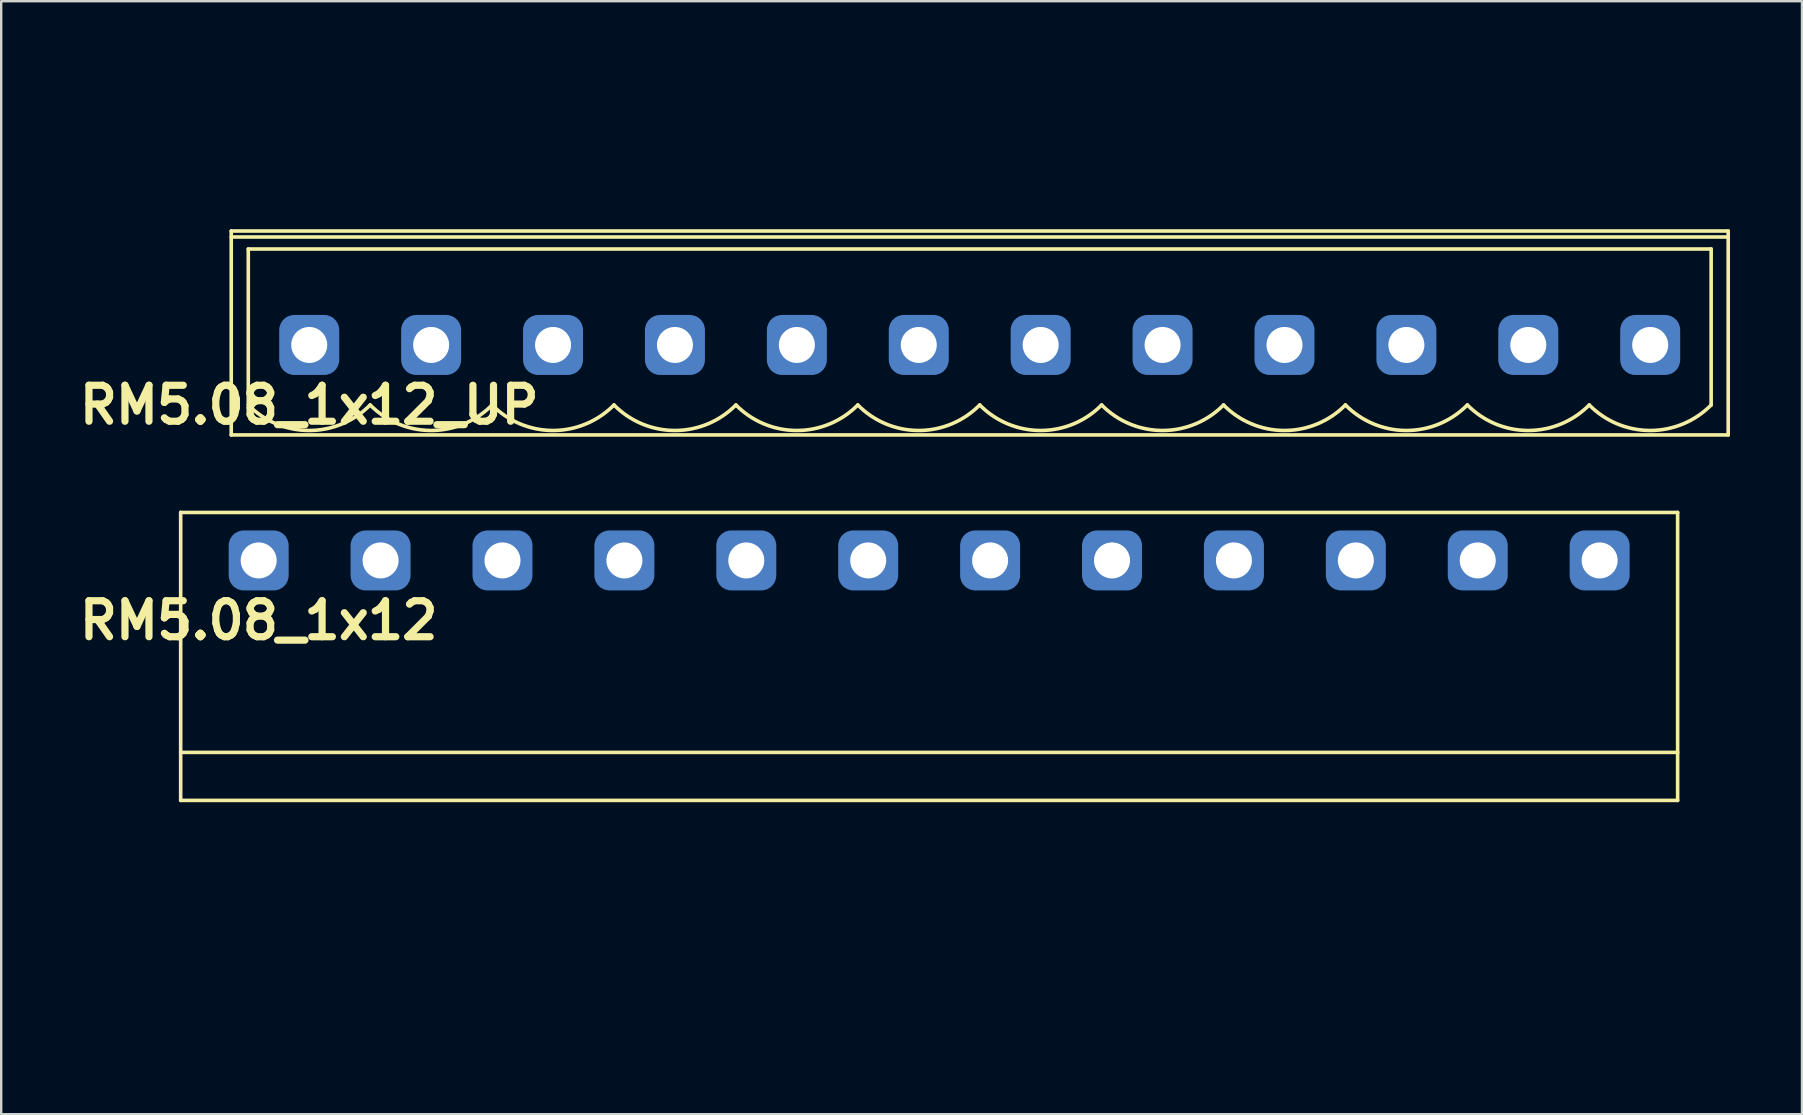
<source format=kicad_pcb>
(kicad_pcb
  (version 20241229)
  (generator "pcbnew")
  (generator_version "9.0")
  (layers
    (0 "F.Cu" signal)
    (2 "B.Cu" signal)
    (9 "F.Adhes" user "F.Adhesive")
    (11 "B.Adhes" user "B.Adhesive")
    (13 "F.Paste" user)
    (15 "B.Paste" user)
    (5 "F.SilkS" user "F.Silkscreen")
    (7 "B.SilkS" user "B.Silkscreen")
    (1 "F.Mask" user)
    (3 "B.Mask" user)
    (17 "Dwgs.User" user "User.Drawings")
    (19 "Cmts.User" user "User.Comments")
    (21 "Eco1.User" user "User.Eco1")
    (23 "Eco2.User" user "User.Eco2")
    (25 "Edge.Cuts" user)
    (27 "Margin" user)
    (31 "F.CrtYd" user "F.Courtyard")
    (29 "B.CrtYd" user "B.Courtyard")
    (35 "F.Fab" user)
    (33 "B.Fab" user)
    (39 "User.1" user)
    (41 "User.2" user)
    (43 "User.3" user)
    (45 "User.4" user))
  (footprint "RM5.08_1x12"
    (layer "F.Cu")
    (at 7.729 20.304)
    (property "Reference" "RM5.08_1x12" (at 0 2.5 0) (layer "F.SilkS") (effects (font (size 1.5 1.5) (thickness 0.3))))
    (attr through_hole)
    (fp_line (start -3.25 -2) (end 59.13 -2) (stroke (width 0.15) (type solid)) (layer "F.SilkS"))
    (fp_line (start -3.25 8) (end 59.13 8) (stroke (width 0.15) (type solid)) (layer "F.SilkS"))
    (fp_line (start -3.25 10) (end -3.25 -2) (stroke (width 0.15) (type solid)) (layer "F.SilkS"))
    (fp_line (start -3.25 10) (end 59.13 10) (stroke (width 0.15) (type solid)) (layer "F.SilkS"))
    (fp_line (start 59.13 10) (end 59.13 -2) (stroke (width 0.15) (type solid)) (layer "F.SilkS"))
    (fp_line (start -2.54 20) (end -2.54 10) (stroke (width 0.15) (type solid)) (layer "Margin"))
    (fp_line (start -2.54 20) (end 58.42 20) (stroke (width 0.15) (type solid)) (layer "Margin"))
    (fp_line (start -1.5 14) (end 1.5 14) (stroke (width 0.15) (type solid)) (layer "Margin"))
    (fp_line (start 3.58 14) (end 6.58 14) (stroke (width 0.15) (type solid)) (layer "Margin"))
    (fp_line (start 8.66 14) (end 11.66 14) (stroke (width 0.15) (type solid)) (layer "Margin"))
    (fp_line (start 13.74 14) (end 16.74 14) (stroke (width 0.15) (type solid)) (layer "Margin"))
    (fp_line (start 18.82 14) (end 21.82 14) (stroke (width 0.15) (type solid)) (layer "Margin"))
    (fp_line (start 23.9 14) (end 26.9 14) (stroke (width 0.15) (type solid)) (layer "Margin"))
    (fp_line (start 28.98 14) (end 31.98 14) (stroke (width 0.15) (type solid)) (layer "Margin"))
    (fp_line (start 34.06 14) (end 37.06 14) (stroke (width 0.15) (type solid)) (layer "Margin"))
    (fp_line (start 39.14 14) (end 42.14 14) (stroke (width 0.15) (type solid)) (layer "Margin"))
    (fp_line (start 44.22 14) (end 47.22 14) (stroke (width 0.15) (type solid)) (layer "Margin"))
    (fp_line (start 49.3 14) (end 52.3 14) (stroke (width 0.15) (type solid)) (layer "Margin"))
    (fp_line (start 54.38 14) (end 57.38 14) (stroke (width 0.15) (type solid)) (layer "Margin"))
    (fp_line (start 58.42 20) (end 58.42 10) (stroke (width 0.15) (type solid)) (layer "Margin"))
    (fp_circle (center 0 14) (end 0 12.5) (stroke (width 0.15) (type solid)) (fill no) (layer "Margin"))
    (fp_circle (center 5.08 14) (end 5.08 12.5) (stroke (width 0.15) (type solid)) (fill no) (layer "Margin"))
    (fp_circle (center 10.16 14) (end 10.16 12.5) (stroke (width 0.15) (type solid)) (fill no) (layer "Margin"))
    (fp_circle (center 15.24 14) (end 15.24 12.5) (stroke (width 0.15) (type solid)) (fill no) (layer "Margin"))
    (fp_circle (center 20.32 14) (end 20.32 12.5) (stroke (width 0.15) (type solid)) (fill no) (layer "Margin"))
    (fp_circle (center 25.4 14) (end 25.4 12.5) (stroke (width 0.15) (type solid)) (fill no) (layer "Margin"))
    (fp_circle (center 30.48 14) (end 30.48 12.5) (stroke (width 0.15) (type solid)) (fill no) (layer "Margin"))
    (fp_circle (center 35.56 14) (end 35.56 12.5) (stroke (width 0.15) (type solid)) (fill no) (layer "Margin"))
    (fp_circle (center 40.64 14) (end 40.64 12.5) (stroke (width 0.15) (type solid)) (fill no) (layer "Margin"))
    (fp_circle (center 45.72 14) (end 45.72 12.5) (stroke (width 0.15) (type solid)) (fill no) (layer "Margin"))
    (fp_circle (center 50.8 14) (end 50.8 12.5) (stroke (width 0.15) (type solid)) (fill no) (layer "Margin"))
    (fp_circle (center 55.88 14) (end 55.88 12.5) (stroke (width 0.15) (type solid)) (fill no) (layer "Margin"))
    (pad "1" thru_hole circle (at 0 0) (size 1.8 1.8) (drill 1.5) (layers "*.Cu" "*.Mask"))
    (pad "1" smd roundrect (at 0 0) (size 2.5 2.5) (layers "B.Cu" "B.Mask") (roundrect_rratio 0.25))
    (pad "2" thru_hole circle (at 5.08 0) (size 1.8 1.8) (drill 1.5) (layers "*.Cu" "*.Mask"))
    (pad "2" smd roundrect (at 5.08 0) (size 2.5 2.5) (layers "B.Cu" "B.Mask") (roundrect_rratio 0.25))
    (pad "3" thru_hole circle (at 10.16 0) (size 1.8 1.8) (drill 1.5) (layers "*.Cu" "*.Mask"))
    (pad "3" smd roundrect (at 10.16 0) (size 2.5 2.5) (layers "B.Cu" "B.Mask") (roundrect_rratio 0.25))
    (pad "4" thru_hole circle (at 15.24 0) (size 1.8 1.8) (drill 1.5) (layers "*.Cu" "*.Mask"))
    (pad "4" smd roundrect (at 15.24 0) (size 2.5 2.5) (layers "B.Cu" "B.Mask") (roundrect_rratio 0.25))
    (pad "5" thru_hole circle (at 20.32 0) (size 1.8 1.8) (drill 1.5) (layers "*.Cu" "*.Mask"))
    (pad "5" smd roundrect (at 20.32 0) (size 2.5 2.5) (layers "B.Cu" "B.Mask") (roundrect_rratio 0.25))
    (pad "6" thru_hole circle (at 25.4 0) (size 1.8 1.8) (drill 1.5) (layers "*.Cu" "*.Mask"))
    (pad "6" smd roundrect (at 25.4 0) (size 2.5 2.5) (layers "B.Cu" "B.Mask") (roundrect_rratio 0.25))
    (pad "7" thru_hole circle (at 30.48 0) (size 1.8 1.8) (drill 1.5) (layers "*.Cu" "*.Mask"))
    (pad "7" smd roundrect (at 30.48 0) (size 2.5 2.5) (layers "B.Cu" "B.Mask") (roundrect_rratio 0.25))
    (pad "8" thru_hole circle (at 35.56 0) (size 1.8 1.8) (drill 1.5) (layers "*.Cu" "*.Mask"))
    (pad "8" smd roundrect (at 35.56 0) (size 2.5 2.5) (layers "B.Cu" "B.Mask") (roundrect_rratio 0.25))
    (pad "9" thru_hole circle (at 40.64 0) (size 1.8 1.8) (drill 1.5) (layers "*.Cu" "*.Mask"))
    (pad "9" smd roundrect (at 40.64 0) (size 2.5 2.5) (layers "B.Cu" "B.Mask") (roundrect_rratio 0.25))
    (pad "10" thru_hole circle (at 45.72 0) (size 1.8 1.8) (drill 1.5) (layers "*.Cu" "*.Mask"))
    (pad "10" smd roundrect (at 45.72 0) (size 2.5 2.5) (layers "B.Cu" "B.Mask") (roundrect_rratio 0.25))
    (pad "11" thru_hole circle (at 50.8 0) (size 1.8 1.8) (drill 1.5) (layers "*.Cu" "*.Mask"))
    (pad "11" smd roundrect (at 50.8 0) (size 2.5 2.5) (layers "B.Cu" "B.Mask") (roundrect_rratio 0.25))
    (pad "12" thru_hole circle (at 55.88 0) (size 1.8 1.8) (drill 1.5) (layers "*.Cu" "*.Mask"))
    (pad "12" smd roundrect (at 55.88 0) (size 2.5 2.5) (layers "B.Cu" "B.Mask") (roundrect_rratio 0.25)))
  (footprint "RM5.08_1x12_UP"
    (layer "F.Cu")
    (at 9.836 11.325)
    (property "Reference" "RM5.08_1x12_UP" (at 0 2.5 0) (layer "F.SilkS") (effects (font (size 1.5 1.5) (thickness 0.3))))
    (attr through_hole)
    (fp_line (start -3.25 -4.75) (end -3.25 3.75) (stroke (width 0.15) (type solid)) (layer "F.SilkS"))
    (fp_line (start -3.25 -4.75) (end 59.13 -4.75) (stroke (width 0.15) (type solid)) (layer "F.SilkS"))
    (fp_line (start -3.25 -4.5) (end 59.13 -4.5) (stroke (width 0.15) (type solid)) (layer "F.SilkS"))
    (fp_line (start -3.25 3.75) (end 59.13 3.75) (stroke (width 0.15) (type solid)) (layer "F.SilkS"))
    (fp_line (start -2.54 -4) (end -2.54 2.5) (stroke (width 0.15) (type solid)) (layer "F.SilkS"))
    (fp_line (start -2.54 -4) (end 58.42 -4) (stroke (width 0.15) (type solid)) (layer "F.SilkS"))
    (fp_line (start 58.42 -4) (end 58.42 2.5) (stroke (width 0.15) (type solid)) (layer "F.SilkS"))
    (fp_line (start 59.13 -4.75) (end 59.13 3.75) (stroke (width 0.15) (type solid)) (layer "F.SilkS"))
    (fp_arc (start -0.028284 3.563818) (mid -1.389945 3.281715) (end -2.54 2.5) (stroke (width 0.15) (type solid)) (layer "F.SilkS"))
    (fp_arc (start 2.54 2.5) (mid 1.389945 3.281715) (end 0.028284 3.563818) (stroke (width 0.15) (type solid)) (layer "F.SilkS"))
    (fp_arc (start 5.051716 3.563818) (mid 3.690055 3.281715) (end 2.54 2.5) (stroke (width 0.15) (type solid)) (layer "F.SilkS"))
    (fp_arc (start 7.62 2.5) (mid 6.469945 3.281715) (end 5.108284 3.563818) (stroke (width 0.15) (type solid)) (layer "F.SilkS"))
    (fp_arc (start 10.131716 3.563818) (mid 8.770055 3.281715) (end 7.62 2.5) (stroke (width 0.15) (type solid)) (layer "F.SilkS"))
    (fp_arc (start 12.7 2.5) (mid 11.549945 3.281715) (end 10.188284 3.563818) (stroke (width 0.15) (type solid)) (layer "F.SilkS"))
    (fp_arc (start 15.211716 3.563818) (mid 13.850055 3.281715) (end 12.7 2.5) (stroke (width 0.15) (type solid)) (layer "F.SilkS"))
    (fp_arc (start 17.78 2.5) (mid 16.629945 3.281715) (end 15.268284 3.563818) (stroke (width 0.15) (type solid)) (layer "F.SilkS"))
    (fp_arc (start 20.291716 3.563818) (mid 18.930055 3.281715) (end 17.78 2.5) (stroke (width 0.15) (type solid)) (layer "F.SilkS"))
    (fp_arc (start 22.86 2.5) (mid 21.709945 3.281715) (end 20.348284 3.563818) (stroke (width 0.15) (type solid)) (layer "F.SilkS"))
    (fp_arc (start 25.371716 3.563818) (mid 24.010055 3.281715) (end 22.86 2.5) (stroke (width 0.15) (type solid)) (layer "F.SilkS"))
    (fp_arc (start 27.94 2.5) (mid 26.789945 3.281715) (end 25.428284 3.563818) (stroke (width 0.15) (type solid)) (layer "F.SilkS"))
    (fp_arc (start 30.451716 3.563818) (mid 29.090055 3.281715) (end 27.94 2.5) (stroke (width 0.15) (type solid)) (layer "F.SilkS"))
    (fp_arc (start 33.02 2.5) (mid 31.869945 3.281715) (end 30.508284 3.563818) (stroke (width 0.15) (type solid)) (layer "F.SilkS"))
    (fp_arc (start 35.531716 3.563818) (mid 34.170055 3.281715) (end 33.02 2.5) (stroke (width 0.15) (type solid)) (layer "F.SilkS"))
    (fp_arc (start 38.1 2.5) (mid 36.949945 3.281715) (end 35.588284 3.563818) (stroke (width 0.15) (type solid)) (layer "F.SilkS"))
    (fp_arc (start 40.611716 3.563818) (mid 39.250055 3.281715) (end 38.1 2.5) (stroke (width 0.15) (type solid)) (layer "F.SilkS"))
    (fp_arc (start 43.18 2.5) (mid 42.029945 3.281715) (end 40.668284 3.563818) (stroke (width 0.15) (type solid)) (layer "F.SilkS"))
    (fp_arc (start 45.691716 3.563818) (mid 44.330055 3.281715) (end 43.18 2.5) (stroke (width 0.15) (type solid)) (layer "F.SilkS"))
    (fp_arc (start 48.26 2.5) (mid 47.109945 3.281715) (end 45.748284 3.563818) (stroke (width 0.15) (type solid)) (layer "F.SilkS"))
    (fp_arc (start 50.771716 3.563818) (mid 49.410055 3.281715) (end 48.26 2.5) (stroke (width 0.15) (type solid)) (layer "F.SilkS"))
    (fp_arc (start 53.34 2.5) (mid 52.189945 3.281715) (end 50.828284 3.563818) (stroke (width 0.15) (type solid)) (layer "F.SilkS"))
    (fp_arc (start 55.851716 3.563818) (mid 54.490055 3.281715) (end 53.34 2.5) (stroke (width 0.15) (type solid)) (layer "F.SilkS"))
    (fp_arc (start 58.42 2.5) (mid 57.269945 3.281715) (end 55.908284 3.563818) (stroke (width 0.15) (type solid)) (layer "F.SilkS"))
    (fp_line (start -2.54 -11.25) (end 58.42 -11.25) (stroke (width 0.15) (type solid)) (layer "Margin"))
    (fp_line (start -2.54 3.75) (end -2.54 -11.25) (stroke (width 0.15) (type solid)) (layer "Margin"))
    (fp_line (start -2.54 3.75) (end 58.42 3.75) (stroke (width 0.15) (type solid)) (layer "Margin"))
    (fp_line (start -1.25 -1.25) (end 1.25 -1.25) (stroke (width 0.15) (type solid)) (layer "Margin"))
    (fp_line (start -1.25 1) (end -1.25 -1.25) (stroke (width 0.15) (type solid)) (layer "Margin"))
    (fp_line (start -1.25 1) (end 1.25 1) (stroke (width 0.15) (type solid)) (layer "Margin"))
    (fp_line (start 1.25 1) (end 1.25 -1.25) (stroke (width 0.15) (type solid)) (layer "Margin"))
    (fp_line (start 3.83 -1.25) (end 6.33 -1.25) (stroke (width 0.15) (type solid)) (layer "Margin"))
    (fp_line (start 3.83 1) (end 3.83 -1.25) (stroke (width 0.15) (type solid)) (layer "Margin"))
    (fp_line (start 3.83 1) (end 6.33 1) (stroke (width 0.15) (type solid)) (layer "Margin"))
    (fp_line (start 6.33 1) (end 6.33 -1.25) (stroke (width 0.15) (type solid)) (layer "Margin"))
    (fp_line (start 8.91 -1.25) (end 11.41 -1.25) (stroke (width 0.15) (type solid)) (layer "Margin"))
    (fp_line (start 8.91 1) (end 8.91 -1.25) (stroke (width 0.15) (type solid)) (layer "Margin"))
    (fp_line (start 8.91 1) (end 11.41 1) (stroke (width 0.15) (type solid)) (layer "Margin"))
    (fp_line (start 11.41 1) (end 11.41 -1.25) (stroke (width 0.15) (type solid)) (layer "Margin"))
    (fp_line (start 13.99 -1.25) (end 16.49 -1.25) (stroke (width 0.15) (type solid)) (layer "Margin"))
    (fp_line (start 13.99 1) (end 13.99 -1.25) (stroke (width 0.15) (type solid)) (layer "Margin"))
    (fp_line (start 13.99 1) (end 16.49 1) (stroke (width 0.15) (type solid)) (layer "Margin"))
    (fp_line (start 16.49 1) (end 16.49 -1.25) (stroke (width 0.15) (type solid)) (layer "Margin"))
    (fp_line (start 19.07 -1.25) (end 21.57 -1.25) (stroke (width 0.15) (type solid)) (layer "Margin"))
    (fp_line (start 19.07 1) (end 19.07 -1.25) (stroke (width 0.15) (type solid)) (layer "Margin"))
    (fp_line (start 19.07 1) (end 21.57 1) (stroke (width 0.15) (type solid)) (layer "Margin"))
    (fp_line (start 21.57 1) (end 21.57 -1.25) (stroke (width 0.15) (type solid)) (layer "Margin"))
    (fp_line (start 24.15 -1.25) (end 26.65 -1.25) (stroke (width 0.15) (type solid)) (layer "Margin"))
    (fp_line (start 24.15 1) (end 24.15 -1.25) (stroke (width 0.15) (type solid)) (layer "Margin"))
    (fp_line (start 24.15 1) (end 26.65 1) (stroke (width 0.15) (type solid)) (layer "Margin"))
    (fp_line (start 26.65 1) (end 26.65 -1.25) (stroke (width 0.15) (type solid)) (layer "Margin"))
    (fp_line (start 29.23 -1.25) (end 31.73 -1.25) (stroke (width 0.15) (type solid)) (layer "Margin"))
    (fp_line (start 29.23 1) (end 29.23 -1.25) (stroke (width 0.15) (type solid)) (layer "Margin"))
    (fp_line (start 29.23 1) (end 31.73 1) (stroke (width 0.15) (type solid)) (layer "Margin"))
    (fp_line (start 31.73 1) (end 31.73 -1.25) (stroke (width 0.15) (type solid)) (layer "Margin"))
    (fp_line (start 34.31 -1.25) (end 36.81 -1.25) (stroke (width 0.15) (type solid)) (layer "Margin"))
    (fp_line (start 34.31 1) (end 34.31 -1.25) (stroke (width 0.15) (type solid)) (layer "Margin"))
    (fp_line (start 34.31 1) (end 36.81 1) (stroke (width 0.15) (type solid)) (layer "Margin"))
    (fp_line (start 36.81 1) (end 36.81 -1.25) (stroke (width 0.15) (type solid)) (layer "Margin"))
    (fp_line (start 39.39 -1.25) (end 41.89 -1.25) (stroke (width 0.15) (type solid)) (layer "Margin"))
    (fp_line (start 39.39 1) (end 39.39 -1.25) (stroke (width 0.15) (type solid)) (layer "Margin"))
    (fp_line (start 39.39 1) (end 41.89 1) (stroke (width 0.15) (type solid)) (layer "Margin"))
    (fp_line (start 41.89 1) (end 41.89 -1.25) (stroke (width 0.15) (type solid)) (layer "Margin"))
    (fp_line (start 44.47 -1.25) (end 46.97 -1.25) (stroke (width 0.15) (type solid)) (layer "Margin"))
    (fp_line (start 44.47 1) (end 44.47 -1.25) (stroke (width 0.15) (type solid)) (layer "Margin"))
    (fp_line (start 44.47 1) (end 46.97 1) (stroke (width 0.15) (type solid)) (layer "Margin"))
    (fp_line (start 46.97 1) (end 46.97 -1.25) (stroke (width 0.15) (type solid)) (layer "Margin"))
    (fp_line (start 49.55 -1.25) (end 52.05 -1.25) (stroke (width 0.15) (type solid)) (layer "Margin"))
    (fp_line (start 49.55 1) (end 49.55 -1.25) (stroke (width 0.15) (type solid)) (layer "Margin"))
    (fp_line (start 49.55 1) (end 52.05 1) (stroke (width 0.15) (type solid)) (layer "Margin"))
    (fp_line (start 52.05 1) (end 52.05 -1.25) (stroke (width 0.15) (type solid)) (layer "Margin"))
    (fp_line (start 54.63 -1.25) (end 57.13 -1.25) (stroke (width 0.15) (type solid)) (layer "Margin"))
    (fp_line (start 54.63 1) (end 54.63 -1.25) (stroke (width 0.15) (type solid)) (layer "Margin"))
    (fp_line (start 54.63 1) (end 57.13 1) (stroke (width 0.15) (type solid)) (layer "Margin"))
    (fp_line (start 57.13 1) (end 57.13 -1.25) (stroke (width 0.15) (type solid)) (layer "Margin"))
    (fp_line (start 58.42 3.75) (end 58.42 -11.25) (stroke (width 0.15) (type solid)) (layer "Margin"))
    (pad "1" thru_hole circle (at 0 0) (size 1.8 1.8) (drill 1.5) (layers "*.Cu" "*.Mask"))
    (pad "1" smd roundrect (at 0 0) (size 2.5 2.5) (layers "B.Cu" "B.Mask") (roundrect_rratio 0.25))
    (pad "2" thru_hole circle (at 5.08 0) (size 1.8 1.8) (drill 1.5) (layers "*.Cu" "*.Mask"))
    (pad "2" smd roundrect (at 5.08 0) (size 2.5 2.5) (layers "B.Cu" "B.Mask") (roundrect_rratio 0.25))
    (pad "3" thru_hole circle (at 10.16 0) (size 1.8 1.8) (drill 1.5) (layers "*.Cu" "*.Mask"))
    (pad "3" smd roundrect (at 10.16 0) (size 2.5 2.5) (layers "B.Cu" "B.Mask") (roundrect_rratio 0.25))
    (pad "4" thru_hole circle (at 15.24 0) (size 1.8 1.8) (drill 1.5) (layers "*.Cu" "*.Mask"))
    (pad "4" smd roundrect (at 15.24 0) (size 2.5 2.5) (layers "B.Cu" "B.Mask") (roundrect_rratio 0.25))
    (pad "5" thru_hole circle (at 20.32 0) (size 1.8 1.8) (drill 1.5) (layers "*.Cu" "*.Mask"))
    (pad "5" smd roundrect (at 20.32 0) (size 2.5 2.5) (layers "B.Cu" "B.Mask") (roundrect_rratio 0.25))
    (pad "6" thru_hole circle (at 25.4 0) (size 1.8 1.8) (drill 1.5) (layers "*.Cu" "*.Mask"))
    (pad "6" smd roundrect (at 25.4 0) (size 2.5 2.5) (layers "B.Cu" "B.Mask") (roundrect_rratio 0.25))
    (pad "7" thru_hole circle (at 30.48 0) (size 1.8 1.8) (drill 1.5) (layers "*.Cu" "*.Mask"))
    (pad "7" smd roundrect (at 30.48 0) (size 2.5 2.5) (layers "B.Cu" "B.Mask") (roundrect_rratio 0.25))
    (pad "8" thru_hole circle (at 35.56 0) (size 1.8 1.8) (drill 1.5) (layers "*.Cu" "*.Mask"))
    (pad "8" smd roundrect (at 35.56 0) (size 2.5 2.5) (layers "B.Cu" "B.Mask") (roundrect_rratio 0.25))
    (pad "9" thru_hole circle (at 40.64 0) (size 1.8 1.8) (drill 1.5) (layers "*.Cu" "*.Mask"))
    (pad "9" smd roundrect (at 40.64 0) (size 2.5 2.5) (layers "B.Cu" "B.Mask") (roundrect_rratio 0.25))
    (pad "10" thru_hole circle (at 45.72 0) (size 1.8 1.8) (drill 1.5) (layers "*.Cu" "*.Mask"))
    (pad "10" smd roundrect (at 45.72 0) (size 2.5 2.5) (layers "B.Cu" "B.Mask") (roundrect_rratio 0.25))
    (pad "11" thru_hole circle (at 50.8 0) (size 1.8 1.8) (drill 1.5) (layers "*.Cu" "*.Mask"))
    (pad "11" smd roundrect (at 50.8 0) (size 2.5 2.5) (layers "B.Cu" "B.Mask") (roundrect_rratio 0.25))
    (pad "12" thru_hole circle (at 55.88 0) (size 1.8 1.8) (drill 1.5) (layers "*.Cu" "*.Mask"))
    (pad "12" smd roundrect (at 55.88 0) (size 2.5 2.5) (layers "B.Cu" "B.Mask") (roundrect_rratio 0.25)))
  (gr_rect
    (start -3 -3)
    (end 72.041 43.379)
    (stroke (width 0.1) (type default))
    (fill no)
    (layer "Edge.Cuts")))
</source>
